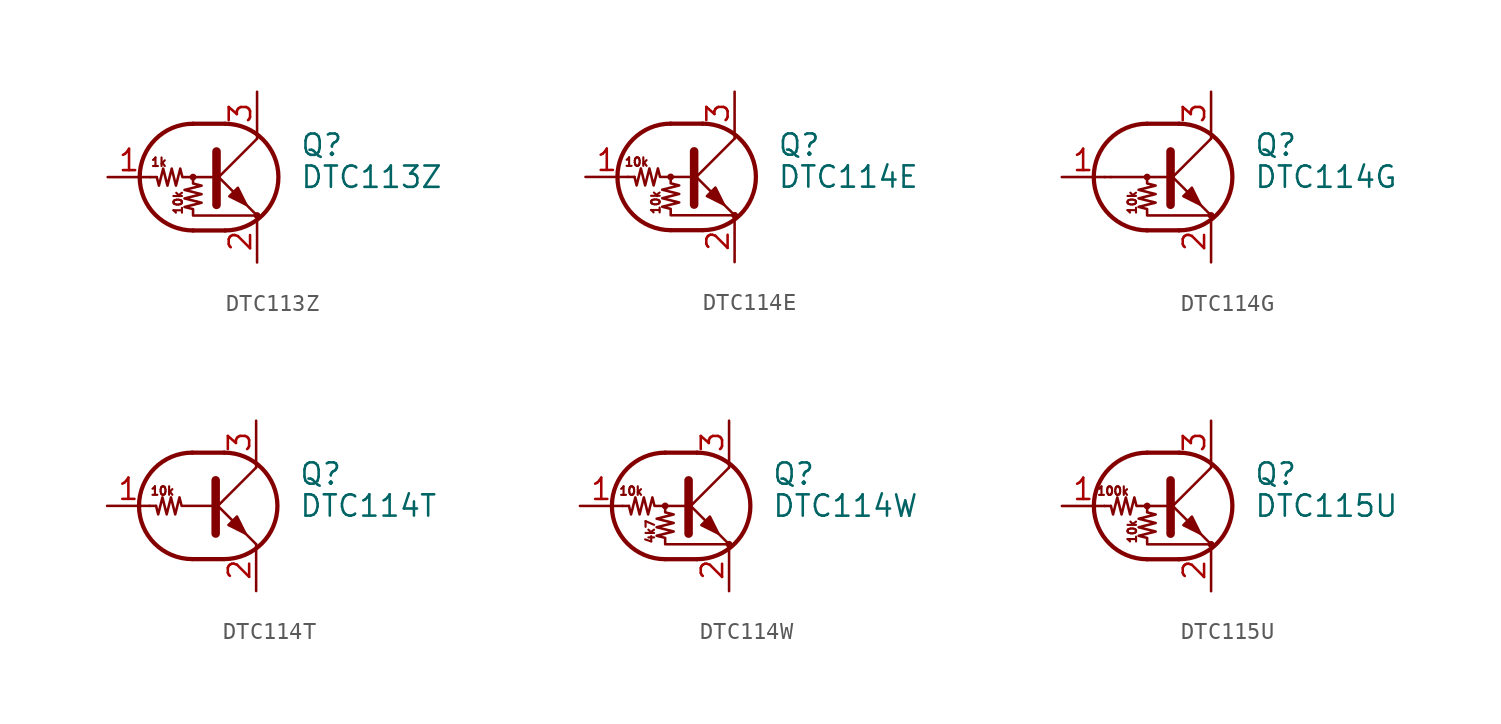
<source format=kicad_sym>
(kicad_symbol_lib
  (version 20211014)
  (generator kicad_symbol_editor)
  (symbol "DTC113Z"
    (pin_names
      (offset 0) hide)
    (property "Reference" "Q"
      (at 5.08 1.905 0)
      (effects (font (size 1.27 1.27)) (justify left)))
    (property "Value" "DTC113Z"
      (at 5.08 0 0)
      (effects (font (size 1.27 1.27)) (justify left)))
    (symbol "DTC113Z_0_0"
      (text "10k" (at -2.159 -1.524 900) (effects (font (size 0.508 0.508))))
      (text "1k" (at -3.302 0.889 0) (effects (font (size 0.508 0.508)))))
    (symbol "DTC113Z_0_1"
      (circle (center -1.27 0) (radius 0.127) (stroke (width 0) (type default) (color 0 0 0 0)) (fill (type none)))
      (arc (start -1.27 3.175) (mid -4.445 0) (end -1.27 -3.175) (stroke (width 0.254) (type default) (color 0 0 0 0)) (fill (type none)))
      (polyline (pts (xy -3.429 0) (xy -3.81 0)) (stroke (width 0) (type default) (color 0 0 0 0)) (fill (type none)))
      (polyline (pts (xy -1.27 -3.175) (xy 0.635 -3.175)) (stroke (width 0.254) (type default) (color 0 0 0 0)) (fill (type none)))
      (polyline (pts (xy -1.27 3.175) (xy 0.635 3.175)) (stroke (width 0.254) (type default) (color 0 0 0 0)) (fill (type none)))
      (polyline (pts (xy 0 -0.254) (xy 2.54 2.286)) (stroke (width 0) (type default) (color 0 0 0 0)) (fill (type none)))
      (polyline (pts (xy 0.127 1.524) (xy 0.127 -1.651)) (stroke (width 0.508) (type default) (color 0 0 0 0)) (fill (type outline)))
      (polyline (pts (xy 2.54 2.286) (xy 2.54 2.54)) (stroke (width 0) (type default) (color 0 0 0 0)) (fill (type none)))
      (polyline (pts (xy 2.54 -2.286) (xy 0 0.254) (xy 0 0.254)) (stroke (width 0) (type default) (color 0 0 0 0)) (fill (type none)))
      (polyline (pts (xy 0.889 -1.143) (xy 1.397 -0.635) (xy 1.905 -1.651) (xy 0.889 -1.143)) (stroke (width 0) (type default) (color 0 0 0 0)) (fill (type outline)))
      (polyline (pts (xy 0 0) (xy -1.905 0) (xy -2.032 0.508) (xy -2.286 -0.508) (xy -2.54 0.508) (xy -2.794 -0.508) (xy -3.048 0.508) (xy -3.302 -0.508) (xy -3.429 0)) (stroke (width 0) (type default) (color 0 0 0 0)) (fill (type none)))
      (polyline (pts (xy -1.27 0) (xy -1.27 -0.381) (xy -0.762 -0.508) (xy -1.778 -0.762) (xy -0.762 -1.016) (xy -1.778 -1.27) (xy -0.762 -1.524) (xy -1.778 -1.778) (xy -1.27 -1.905) (xy -1.27 -2.286) (xy 2.54 -2.286)) (stroke (width 0) (type default) (color 0 0 0 0)) (fill (type none)))
      (arc (start 0.635 -3.175) (mid 3.81 0) (end 0.635 3.175) (stroke (width 0.254) (type default) (color 0 0 0 0)) (fill (type none)))
      (circle (center 2.54 -2.286) (radius 0.127) (stroke (width 0) (type default) (color 0 0 0 0)) (fill (type none))))
    (symbol "DTC113Z_1_1"
      (pin input line (at -6.35 0 0) (length 2.54) (name "B" (effects (font (size 1.27 1.27)))) (number "1" (effects (font (size 1.27 1.27)))))
      (pin passive line (at 2.54 -5.08 90) (length 2.54) (name "E" (effects (font (size 1.27 1.27)))) (number "2" (effects (font (size 1.27 1.27)))))
      (pin passive line (at 2.54 5.08 270) (length 2.54) (name "C" (effects (font (size 1.27 1.27)))) (number "3" (effects (font (size 1.27 1.27)))))))
  (symbol "DTC114E"
    (pin_names
      (offset 0) hide)
    (property "Reference" "Q"
      (at 5.08 1.905 0)
      (effects (font (size 1.27 1.27)) (justify left)))
    (property "Value" "DTC114E"
      (at 5.08 0 0)
      (effects (font (size 1.27 1.27)) (justify left)))
    (symbol "DTC114E_0_0"
      (text "10k" (at -3.302 0.889 0) (effects (font (size 0.508 0.508))))
      (text "10k" (at -2.159 -1.524 900) (effects (font (size 0.508 0.508)))))
    (symbol "DTC114E_0_1"
      (circle (center -1.27 0) (radius 0.127) (stroke (width 0) (type default) (color 0 0 0 0)) (fill (type none)))
      (arc (start -1.27 3.175) (mid -4.445 0) (end -1.27 -3.175) (stroke (width 0.254) (type default) (color 0 0 0 0)) (fill (type none)))
      (polyline (pts (xy -3.429 0) (xy -3.81 0)) (stroke (width 0) (type default) (color 0 0 0 0)) (fill (type none)))
      (polyline (pts (xy -1.27 -3.175) (xy 0.635 -3.175)) (stroke (width 0.254) (type default) (color 0 0 0 0)) (fill (type none)))
      (polyline (pts (xy -1.27 3.175) (xy 0.635 3.175)) (stroke (width 0.254) (type default) (color 0 0 0 0)) (fill (type none)))
      (polyline (pts (xy 0 -0.254) (xy 2.54 2.286)) (stroke (width 0) (type default) (color 0 0 0 0)) (fill (type none)))
      (polyline (pts (xy 0.127 1.524) (xy 0.127 -1.651)) (stroke (width 0.508) (type default) (color 0 0 0 0)) (fill (type outline)))
      (polyline (pts (xy 2.54 2.286) (xy 2.54 2.54)) (stroke (width 0) (type default) (color 0 0 0 0)) (fill (type none)))
      (polyline (pts (xy 2.54 -2.286) (xy 0 0.254) (xy 0 0.254)) (stroke (width 0) (type default) (color 0 0 0 0)) (fill (type none)))
      (polyline (pts (xy 0.889 -1.143) (xy 1.397 -0.635) (xy 1.905 -1.651) (xy 0.889 -1.143)) (stroke (width 0) (type default) (color 0 0 0 0)) (fill (type outline)))
      (polyline (pts (xy 0 0) (xy -1.905 0) (xy -2.032 0.508) (xy -2.286 -0.508) (xy -2.54 0.508) (xy -2.794 -0.508) (xy -3.048 0.508) (xy -3.302 -0.508) (xy -3.429 0)) (stroke (width 0) (type default) (color 0 0 0 0)) (fill (type none)))
      (polyline (pts (xy -1.27 0) (xy -1.27 -0.381) (xy -0.762 -0.508) (xy -1.778 -0.762) (xy -0.762 -1.016) (xy -1.778 -1.27) (xy -0.762 -1.524) (xy -1.778 -1.778) (xy -1.27 -1.905) (xy -1.27 -2.286) (xy 2.54 -2.286)) (stroke (width 0) (type default) (color 0 0 0 0)) (fill (type none)))
      (arc (start 0.635 -3.175) (mid 3.81 0) (end 0.635 3.175) (stroke (width 0.254) (type default) (color 0 0 0 0)) (fill (type none)))
      (circle (center 2.54 -2.286) (radius 0.127) (stroke (width 0) (type default) (color 0 0 0 0)) (fill (type none))))
    (symbol "DTC114E_1_1"
      (pin input line (at -6.35 0 0) (length 2.54) (name "B" (effects (font (size 1.27 1.27)))) (number "1" (effects (font (size 1.27 1.27)))))
      (pin passive line (at 2.54 -5.08 90) (length 2.54) (name "E" (effects (font (size 1.27 1.27)))) (number "2" (effects (font (size 1.27 1.27)))))
      (pin passive line (at 2.54 5.08 270) (length 2.54) (name "C" (effects (font (size 1.27 1.27)))) (number "3" (effects (font (size 1.27 1.27)))))))
  (symbol "DTC114G"
    (pin_names
      (offset 0) hide)
    (property "Reference" "Q"
      (at 5.08 1.905 0)
      (effects (font (size 1.27 1.27)) (justify left)))
    (property "Value" "DTC114G"
      (at 5.08 0 0)
      (effects (font (size 1.27 1.27)) (justify left)))
    (symbol "DTC114G_0_0"
      (polyline (pts (xy -3.429 0) (xy 0 0)) (stroke (width 0) (type default) (color 0 0 0 0)) (fill (type none)))
      (text "10k" (at -2.159 -1.524 900) (effects (font (size 0.508 0.508)))))
    (symbol "DTC114G_0_1"
      (circle (center -1.27 0) (radius 0.127) (stroke (width 0) (type default) (color 0 0 0 0)) (fill (type none)))
      (arc (start -1.27 3.175) (mid -4.445 0) (end -1.27 -3.175) (stroke (width 0.254) (type default) (color 0 0 0 0)) (fill (type none)))
      (polyline (pts (xy -3.429 0) (xy -3.81 0)) (stroke (width 0) (type default) (color 0 0 0 0)) (fill (type none)))
      (polyline (pts (xy -1.27 -3.175) (xy 0.635 -3.175)) (stroke (width 0.254) (type default) (color 0 0 0 0)) (fill (type none)))
      (polyline (pts (xy -1.27 3.175) (xy 0.635 3.175)) (stroke (width 0.254) (type default) (color 0 0 0 0)) (fill (type none)))
      (polyline (pts (xy 0 -0.254) (xy 2.54 2.286)) (stroke (width 0) (type default) (color 0 0 0 0)) (fill (type none)))
      (polyline (pts (xy 0.127 1.524) (xy 0.127 -1.651)) (stroke (width 0.508) (type default) (color 0 0 0 0)) (fill (type outline)))
      (polyline (pts (xy 2.54 2.286) (xy 2.54 2.54)) (stroke (width 0) (type default) (color 0 0 0 0)) (fill (type none)))
      (polyline (pts (xy 2.54 -2.286) (xy 0 0.254) (xy 0 0.254)) (stroke (width 0) (type default) (color 0 0 0 0)) (fill (type none)))
      (polyline (pts (xy 0.889 -1.143) (xy 1.397 -0.635) (xy 1.905 -1.651) (xy 0.889 -1.143)) (stroke (width 0) (type default) (color 0 0 0 0)) (fill (type outline)))
      (polyline (pts (xy -1.27 0) (xy -1.27 -0.381) (xy -0.762 -0.508) (xy -1.778 -0.762) (xy -0.762 -1.016) (xy -1.778 -1.27) (xy -0.762 -1.524) (xy -1.778 -1.778) (xy -1.27 -1.905) (xy -1.27 -2.286) (xy 2.54 -2.286)) (stroke (width 0) (type default) (color 0 0 0 0)) (fill (type none)))
      (arc (start 0.635 -3.175) (mid 3.81 0) (end 0.635 3.175) (stroke (width 0.254) (type default) (color 0 0 0 0)) (fill (type none)))
      (circle (center 2.54 -2.286) (radius 0.127) (stroke (width 0) (type default) (color 0 0 0 0)) (fill (type none))))
    (symbol "DTC114G_1_1"
      (pin input line (at -6.35 0 0) (length 2.54) (name "B" (effects (font (size 1.27 1.27)))) (number "1" (effects (font (size 1.27 1.27)))))
      (pin passive line (at 2.54 -5.08 90) (length 2.54) (name "E" (effects (font (size 1.27 1.27)))) (number "2" (effects (font (size 1.27 1.27)))))
      (pin passive line (at 2.54 5.08 270) (length 2.54) (name "C" (effects (font (size 1.27 1.27)))) (number "3" (effects (font (size 1.27 1.27)))))))
  (symbol "DTC114T"
    (pin_names
      (offset 0) hide)
    (property "Reference" "Q"
      (at 5.08 1.905 0)
      (effects (font (size 1.27 1.27)) (justify left)))
    (property "Value" "DTC114T"
      (at 5.08 0 0)
      (effects (font (size 1.27 1.27)) (justify left)))
    (symbol "DTC114T_0_0"
      (polyline (pts (xy 2.54 -2.286) (xy 2.54 -2.54)) (stroke (width 0) (type default) (color 0 0 0 0)) (fill (type none)))
      (text "10k" (at -3.048 0.889 0) (effects (font (size 0.508 0.508)))))
    (symbol "DTC114T_0_1"
      (arc (start -1.27 3.175) (mid -4.445 0) (end -1.27 -3.175) (stroke (width 0.254) (type default) (color 0 0 0 0)) (fill (type none)))
      (polyline (pts (xy -3.429 0) (xy -3.81 0)) (stroke (width 0) (type default) (color 0 0 0 0)) (fill (type none)))
      (polyline (pts (xy -1.27 -3.175) (xy 0.635 -3.175)) (stroke (width 0.254) (type default) (color 0 0 0 0)) (fill (type none)))
      (polyline (pts (xy -1.27 3.175) (xy 0.635 3.175)) (stroke (width 0.254) (type default) (color 0 0 0 0)) (fill (type none)))
      (polyline (pts (xy 0 -0.254) (xy 2.54 2.286)) (stroke (width 0) (type default) (color 0 0 0 0)) (fill (type none)))
      (polyline (pts (xy 0.127 1.524) (xy 0.127 -1.651)) (stroke (width 0.508) (type default) (color 0 0 0 0)) (fill (type outline)))
      (polyline (pts (xy 2.54 2.286) (xy 2.54 2.54)) (stroke (width 0) (type default) (color 0 0 0 0)) (fill (type none)))
      (polyline (pts (xy 2.54 -2.286) (xy 0 0.254) (xy 0 0.254)) (stroke (width 0) (type default) (color 0 0 0 0)) (fill (type none)))
      (polyline (pts (xy 0.889 -1.143) (xy 1.397 -0.635) (xy 1.905 -1.651) (xy 0.889 -1.143)) (stroke (width 0) (type default) (color 0 0 0 0)) (fill (type outline)))
      (polyline (pts (xy 0 0) (xy -1.905 0) (xy -2.032 0.508) (xy -2.286 -0.508) (xy -2.54 0.508) (xy -2.794 -0.508) (xy -3.048 0.508) (xy -3.302 -0.508) (xy -3.429 0)) (stroke (width 0) (type default) (color 0 0 0 0)) (fill (type none)))
      (arc (start 0.635 -3.175) (mid 3.81 0) (end 0.635 3.175) (stroke (width 0.254) (type default) (color 0 0 0 0)) (fill (type none))))
    (symbol "DTC114T_1_1"
      (pin input line (at -6.35 0 0) (length 2.54) (name "B" (effects (font (size 1.27 1.27)))) (number "1" (effects (font (size 1.27 1.27)))))
      (pin passive line (at 2.54 -5.08 90) (length 2.54) (name "E" (effects (font (size 1.27 1.27)))) (number "2" (effects (font (size 1.27 1.27)))))
      (pin passive line (at 2.54 5.08 270) (length 2.54) (name "C" (effects (font (size 1.27 1.27)))) (number "3" (effects (font (size 1.27 1.27)))))))
  (symbol "DTC114W"
    (pin_names
      (offset 0) hide)
    (property "Reference" "Q"
      (at 5.08 1.905 0)
      (effects (font (size 1.27 1.27)) (justify left)))
    (property "Value" "DTC114W"
      (at 5.08 0 0)
      (effects (font (size 1.27 1.27)) (justify left)))
    (symbol "DTC114W_0_0"
      (text "10k" (at -3.302 0.889 0) (effects (font (size 0.508 0.508))))
      (text "4k7" (at -2.159 -1.524 900) (effects (font (size 0.508 0.508)))))
    (symbol "DTC114W_0_1"
      (circle (center -1.27 0) (radius 0.127) (stroke (width 0) (type default) (color 0 0 0 0)) (fill (type none)))
      (arc (start -1.27 3.175) (mid -4.445 0) (end -1.27 -3.175) (stroke (width 0.254) (type default) (color 0 0 0 0)) (fill (type none)))
      (polyline (pts (xy -3.429 0) (xy -3.81 0)) (stroke (width 0) (type default) (color 0 0 0 0)) (fill (type none)))
      (polyline (pts (xy -1.27 -3.175) (xy 0.635 -3.175)) (stroke (width 0.254) (type default) (color 0 0 0 0)) (fill (type none)))
      (polyline (pts (xy -1.27 3.175) (xy 0.635 3.175)) (stroke (width 0.254) (type default) (color 0 0 0 0)) (fill (type none)))
      (polyline (pts (xy 0 -0.254) (xy 2.54 2.286)) (stroke (width 0) (type default) (color 0 0 0 0)) (fill (type none)))
      (polyline (pts (xy 0.127 1.524) (xy 0.127 -1.651)) (stroke (width 0.508) (type default) (color 0 0 0 0)) (fill (type outline)))
      (polyline (pts (xy 2.54 2.286) (xy 2.54 2.54)) (stroke (width 0) (type default) (color 0 0 0 0)) (fill (type none)))
      (polyline (pts (xy 2.54 -2.286) (xy 0 0.254) (xy 0 0.254)) (stroke (width 0) (type default) (color 0 0 0 0)) (fill (type none)))
      (polyline (pts (xy 0.889 -1.143) (xy 1.397 -0.635) (xy 1.905 -1.651) (xy 0.889 -1.143)) (stroke (width 0) (type default) (color 0 0 0 0)) (fill (type outline)))
      (polyline (pts (xy 0 0) (xy -1.905 0) (xy -2.032 0.508) (xy -2.286 -0.508) (xy -2.54 0.508) (xy -2.794 -0.508) (xy -3.048 0.508) (xy -3.302 -0.508) (xy -3.429 0)) (stroke (width 0) (type default) (color 0 0 0 0)) (fill (type none)))
      (polyline (pts (xy -1.27 0) (xy -1.27 -0.381) (xy -0.762 -0.508) (xy -1.778 -0.762) (xy -0.762 -1.016) (xy -1.778 -1.27) (xy -0.762 -1.524) (xy -1.778 -1.778) (xy -1.27 -1.905) (xy -1.27 -2.286) (xy 2.54 -2.286)) (stroke (width 0) (type default) (color 0 0 0 0)) (fill (type none)))
      (arc (start 0.635 -3.175) (mid 3.81 0) (end 0.635 3.175) (stroke (width 0.254) (type default) (color 0 0 0 0)) (fill (type none)))
      (circle (center 2.54 -2.286) (radius 0.127) (stroke (width 0) (type default) (color 0 0 0 0)) (fill (type none))))
    (symbol "DTC114W_1_1"
      (pin input line (at -6.35 0 0) (length 2.54) (name "B" (effects (font (size 1.27 1.27)))) (number "1" (effects (font (size 1.27 1.27)))))
      (pin passive line (at 2.54 -5.08 90) (length 2.54) (name "E" (effects (font (size 1.27 1.27)))) (number "2" (effects (font (size 1.27 1.27)))))
      (pin passive line (at 2.54 5.08 270) (length 2.54) (name "C" (effects (font (size 1.27 1.27)))) (number "3" (effects (font (size 1.27 1.27)))))))
  (symbol "DTC115U"
    (pin_names
      (offset 0) hide)
    (property "Reference" "Q"
      (at 5.08 1.905 0)
      (effects (font (size 1.27 1.27)) (justify left)))
    (property "Value" "DTC115U"
      (at 5.08 0 0)
      (effects (font (size 1.27 1.27)) (justify left)))
    (symbol "DTC115U_0_0"
      (text "100k" (at -3.302 0.889 0) (effects (font (size 0.508 0.508))))
      (text "10k" (at -2.159 -1.524 900) (effects (font (size 0.508 0.508)))))
    (symbol "DTC115U_0_1"
      (circle (center -1.27 0) (radius 0.127) (stroke (width 0) (type default) (color 0 0 0 0)) (fill (type none)))
      (arc (start -1.27 3.175) (mid -4.445 0) (end -1.27 -3.175) (stroke (width 0.254) (type default) (color 0 0 0 0)) (fill (type none)))
      (polyline (pts (xy -3.429 0) (xy -3.81 0)) (stroke (width 0) (type default) (color 0 0 0 0)) (fill (type none)))
      (polyline (pts (xy -1.27 -3.175) (xy 0.635 -3.175)) (stroke (width 0.254) (type default) (color 0 0 0 0)) (fill (type none)))
      (polyline (pts (xy -1.27 3.175) (xy 0.635 3.175)) (stroke (width 0.254) (type default) (color 0 0 0 0)) (fill (type none)))
      (polyline (pts (xy 0 -0.254) (xy 2.54 2.286)) (stroke (width 0) (type default) (color 0 0 0 0)) (fill (type none)))
      (polyline (pts (xy 0.127 1.524) (xy 0.127 -1.651)) (stroke (width 0.508) (type default) (color 0 0 0 0)) (fill (type outline)))
      (polyline (pts (xy 2.54 2.286) (xy 2.54 2.54)) (stroke (width 0) (type default) (color 0 0 0 0)) (fill (type none)))
      (polyline (pts (xy 2.54 -2.286) (xy 0 0.254) (xy 0 0.254)) (stroke (width 0) (type default) (color 0 0 0 0)) (fill (type none)))
      (polyline (pts (xy 0.889 -1.143) (xy 1.397 -0.635) (xy 1.905 -1.651) (xy 0.889 -1.143)) (stroke (width 0) (type default) (color 0 0 0 0)) (fill (type outline)))
      (polyline (pts (xy 0 0) (xy -1.905 0) (xy -2.032 0.508) (xy -2.286 -0.508) (xy -2.54 0.508) (xy -2.794 -0.508) (xy -3.048 0.508) (xy -3.302 -0.508) (xy -3.429 0)) (stroke (width 0) (type default) (color 0 0 0 0)) (fill (type none)))
      (polyline (pts (xy -1.27 0) (xy -1.27 -0.381) (xy -0.762 -0.508) (xy -1.778 -0.762) (xy -0.762 -1.016) (xy -1.778 -1.27) (xy -0.762 -1.524) (xy -1.778 -1.778) (xy -1.27 -1.905) (xy -1.27 -2.286) (xy 2.54 -2.286)) (stroke (width 0) (type default) (color 0 0 0 0)) (fill (type none)))
      (arc (start 0.635 -3.175) (mid 3.81 0) (end 0.635 3.175) (stroke (width 0.254) (type default) (color 0 0 0 0)) (fill (type none)))
      (circle (center 2.54 -2.286) (radius 0.127) (stroke (width 0) (type default) (color 0 0 0 0)) (fill (type none))))
    (symbol "DTC115U_1_1"
      (pin input line (at -6.35 0 0) (length 2.54) (name "B" (effects (font (size 1.27 1.27)))) (number "1" (effects (font (size 1.27 1.27)))))
      (pin passive line (at 2.54 -5.08 90) (length 2.54) (name "E" (effects (font (size 1.27 1.27)))) (number "2" (effects (font (size 1.27 1.27)))))
      (pin passive line (at 2.54 5.08 270) (length 2.54) (name "C" (effects (font (size 1.27 1.27)))) (number "3" (effects (font (size 1.27 1.27))))))))
</source>
